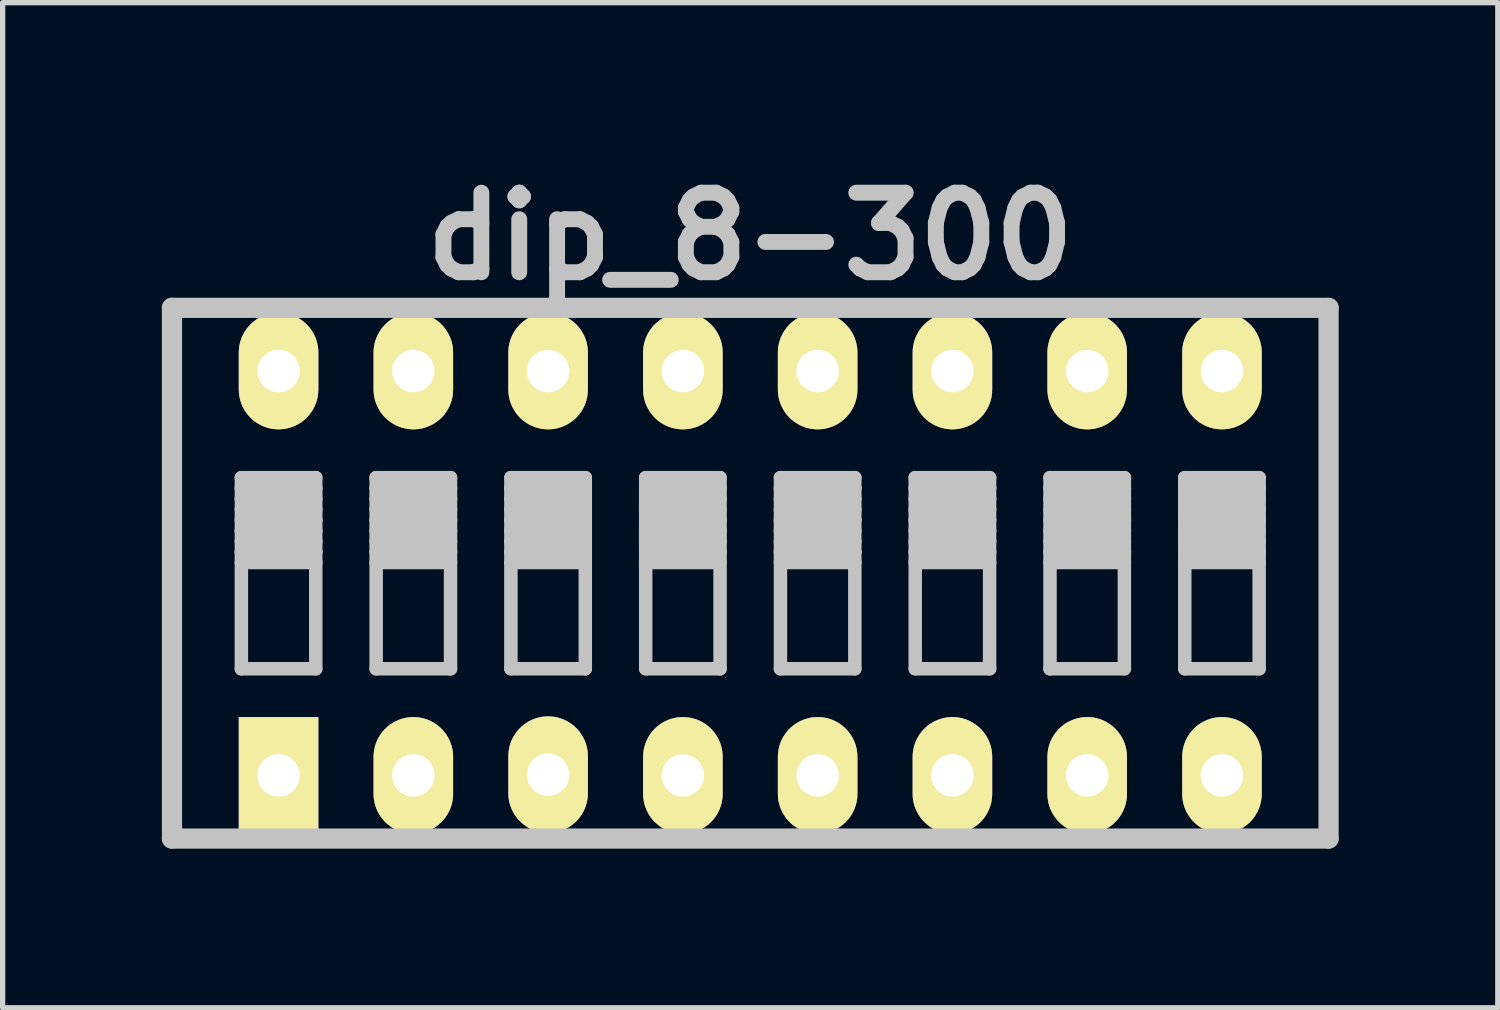
<source format=kicad_pcb>
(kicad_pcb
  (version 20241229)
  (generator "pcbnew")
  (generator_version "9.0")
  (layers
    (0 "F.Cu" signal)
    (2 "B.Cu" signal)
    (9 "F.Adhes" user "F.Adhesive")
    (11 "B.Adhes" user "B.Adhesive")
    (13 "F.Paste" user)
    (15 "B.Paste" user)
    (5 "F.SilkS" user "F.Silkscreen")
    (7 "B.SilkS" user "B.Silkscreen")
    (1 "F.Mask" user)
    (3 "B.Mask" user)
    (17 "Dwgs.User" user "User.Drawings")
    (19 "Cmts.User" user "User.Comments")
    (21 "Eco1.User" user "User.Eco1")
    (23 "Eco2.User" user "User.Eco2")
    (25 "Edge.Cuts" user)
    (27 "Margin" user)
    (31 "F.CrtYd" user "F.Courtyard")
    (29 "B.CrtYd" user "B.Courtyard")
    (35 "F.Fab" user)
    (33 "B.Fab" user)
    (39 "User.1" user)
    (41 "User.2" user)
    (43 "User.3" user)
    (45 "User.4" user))
  (footprint "dip_8-300"
    (layer "F.Cu")
    (at 11.09 7.753)
    (property "Reference" "dip_8-300" (at 0 -6.35 0) (layer "Dwgs.User") (effects (font (size 1.499 1.499) (thickness 0.3))))
    (attr through_hole)
    (fp_line (start -10.899 -5.001) (end 10.899 -5.001) (stroke (width 0.381) (type solid)) (layer "Dwgs.User"))
    (fp_line (start -10.899 5.001) (end -10.899 -5.001) (stroke (width 0.381) (type solid)) (layer "Dwgs.User"))
    (fp_line (start -9.591 -1.801) (end -9.591 1.801) (stroke (width 0.254) (type solid)) (layer "Dwgs.User"))
    (fp_line (start -9.591 -1.6) (end -8.189 -1.6) (stroke (width 0.254) (type solid)) (layer "Dwgs.User"))
    (fp_line (start -9.591 -1.4) (end -8.189 -1.4) (stroke (width 0.254) (type solid)) (layer "Dwgs.User"))
    (fp_line (start -9.591 -1.201) (end -8.189 -1.201) (stroke (width 0.254) (type solid)) (layer "Dwgs.User"))
    (fp_line (start -9.591 -1.001) (end -8.189 -1.001) (stroke (width 0.254) (type solid)) (layer "Dwgs.User"))
    (fp_line (start -9.591 -0.8) (end -8.189 -0.8) (stroke (width 0.254) (type solid)) (layer "Dwgs.User"))
    (fp_line (start -9.591 -0.599) (end -8.189 -0.599) (stroke (width 0.254) (type solid)) (layer "Dwgs.User"))
    (fp_line (start -9.591 -0.401) (end -8.189 -0.401) (stroke (width 0.254) (type solid)) (layer "Dwgs.User"))
    (fp_line (start -9.591 -0.201) (end -8.189 -0.201) (stroke (width 0.254) (type solid)) (layer "Dwgs.User"))
    (fp_line (start -9.591 1.801) (end -8.189 1.801) (stroke (width 0.254) (type solid)) (layer "Dwgs.User"))
    (fp_line (start -8.189 -1.801) (end -9.591 -1.801) (stroke (width 0.254) (type solid)) (layer "Dwgs.User"))
    (fp_line (start -8.189 1.801) (end -8.189 -1.801) (stroke (width 0.254) (type solid)) (layer "Dwgs.User"))
    (fp_line (start -7.051 -1.801) (end -7.051 1.801) (stroke (width 0.254) (type solid)) (layer "Dwgs.User"))
    (fp_line (start -7.051 -1.6) (end -5.649 -1.6) (stroke (width 0.254) (type solid)) (layer "Dwgs.User"))
    (fp_line (start -7.051 -1.4) (end -5.649 -1.4) (stroke (width 0.254) (type solid)) (layer "Dwgs.User"))
    (fp_line (start -7.051 -1.201) (end -5.649 -1.201) (stroke (width 0.254) (type solid)) (layer "Dwgs.User"))
    (fp_line (start -7.051 -1.001) (end -5.649 -1.001) (stroke (width 0.254) (type solid)) (layer "Dwgs.User"))
    (fp_line (start -7.051 -0.8) (end -5.649 -0.8) (stroke (width 0.254) (type solid)) (layer "Dwgs.User"))
    (fp_line (start -7.051 -0.599) (end -5.649 -0.599) (stroke (width 0.254) (type solid)) (layer "Dwgs.User"))
    (fp_line (start -7.051 -0.401) (end -5.649 -0.401) (stroke (width 0.254) (type solid)) (layer "Dwgs.User"))
    (fp_line (start -7.051 -0.201) (end -5.649 -0.201) (stroke (width 0.254) (type solid)) (layer "Dwgs.User"))
    (fp_line (start -7.051 1.801) (end -5.649 1.801) (stroke (width 0.254) (type solid)) (layer "Dwgs.User"))
    (fp_line (start -5.649 -1.801) (end -7.051 -1.801) (stroke (width 0.254) (type solid)) (layer "Dwgs.User"))
    (fp_line (start -5.649 1.801) (end -5.649 -1.801) (stroke (width 0.254) (type solid)) (layer "Dwgs.User"))
    (fp_line (start -4.511 -1.801) (end -4.511 1.801) (stroke (width 0.254) (type solid)) (layer "Dwgs.User"))
    (fp_line (start -4.511 -1.6) (end -3.109 -1.6) (stroke (width 0.254) (type solid)) (layer "Dwgs.User"))
    (fp_line (start -4.511 -1.4) (end -3.109 -1.4) (stroke (width 0.254) (type solid)) (layer "Dwgs.User"))
    (fp_line (start -4.511 -1.201) (end -3.109 -1.201) (stroke (width 0.254) (type solid)) (layer "Dwgs.User"))
    (fp_line (start -4.511 -1.001) (end -3.109 -1.001) (stroke (width 0.254) (type solid)) (layer "Dwgs.User"))
    (fp_line (start -4.511 -0.8) (end -3.109 -0.8) (stroke (width 0.254) (type solid)) (layer "Dwgs.User"))
    (fp_line (start -4.511 -0.599) (end -3.109 -0.599) (stroke (width 0.254) (type solid)) (layer "Dwgs.User"))
    (fp_line (start -4.511 -0.401) (end -3.109 -0.401) (stroke (width 0.254) (type solid)) (layer "Dwgs.User"))
    (fp_line (start -4.511 -0.201) (end -3.109 -0.201) (stroke (width 0.254) (type solid)) (layer "Dwgs.User"))
    (fp_line (start -4.511 1.801) (end -3.109 1.801) (stroke (width 0.254) (type solid)) (layer "Dwgs.User"))
    (fp_line (start -3.109 -1.801) (end -4.511 -1.801) (stroke (width 0.254) (type solid)) (layer "Dwgs.User"))
    (fp_line (start -3.109 1.801) (end -3.109 -1.801) (stroke (width 0.254) (type solid)) (layer "Dwgs.User"))
    (fp_line (start -1.971 -1.801) (end -1.971 1.801) (stroke (width 0.254) (type solid)) (layer "Dwgs.User"))
    (fp_line (start -1.971 -1.6) (end -0.569 -1.6) (stroke (width 0.254) (type solid)) (layer "Dwgs.User"))
    (fp_line (start -1.971 -1.4) (end -0.569 -1.4) (stroke (width 0.254) (type solid)) (layer "Dwgs.User"))
    (fp_line (start -1.971 -1.201) (end -0.569 -1.201) (stroke (width 0.254) (type solid)) (layer "Dwgs.User"))
    (fp_line (start -1.971 -1.001) (end -0.569 -1.001) (stroke (width 0.254) (type solid)) (layer "Dwgs.User"))
    (fp_line (start -1.971 -0.8) (end -0.569 -0.8) (stroke (width 0.254) (type solid)) (layer "Dwgs.User"))
    (fp_line (start -1.971 -0.599) (end -0.569 -0.599) (stroke (width 0.254) (type solid)) (layer "Dwgs.User"))
    (fp_line (start -1.971 -0.401) (end -0.569 -0.401) (stroke (width 0.254) (type solid)) (layer "Dwgs.User"))
    (fp_line (start -1.971 -0.201) (end -0.569 -0.201) (stroke (width 0.254) (type solid)) (layer "Dwgs.User"))
    (fp_line (start -1.971 1.801) (end -0.569 1.801) (stroke (width 0.254) (type solid)) (layer "Dwgs.User"))
    (fp_line (start -0.569 -1.801) (end -1.971 -1.801) (stroke (width 0.254) (type solid)) (layer "Dwgs.User"))
    (fp_line (start -0.569 1.801) (end -0.569 -1.801) (stroke (width 0.254) (type solid)) (layer "Dwgs.User"))
    (fp_line (start 0.569 -1.801) (end 0.569 1.801) (stroke (width 0.254) (type solid)) (layer "Dwgs.User"))
    (fp_line (start 0.569 -1.6) (end 1.971 -1.6) (stroke (width 0.254) (type solid)) (layer "Dwgs.User"))
    (fp_line (start 0.569 -1.4) (end 1.971 -1.4) (stroke (width 0.254) (type solid)) (layer "Dwgs.User"))
    (fp_line (start 0.569 -1.201) (end 1.971 -1.201) (stroke (width 0.254) (type solid)) (layer "Dwgs.User"))
    (fp_line (start 0.569 -1.001) (end 1.971 -1.001) (stroke (width 0.254) (type solid)) (layer "Dwgs.User"))
    (fp_line (start 0.569 -0.8) (end 1.971 -0.8) (stroke (width 0.254) (type solid)) (layer "Dwgs.User"))
    (fp_line (start 0.569 -0.599) (end 1.971 -0.599) (stroke (width 0.254) (type solid)) (layer "Dwgs.User"))
    (fp_line (start 0.569 -0.401) (end 1.971 -0.401) (stroke (width 0.254) (type solid)) (layer "Dwgs.User"))
    (fp_line (start 0.569 -0.201) (end 1.971 -0.201) (stroke (width 0.254) (type solid)) (layer "Dwgs.User"))
    (fp_line (start 0.569 1.801) (end 1.971 1.801) (stroke (width 0.254) (type solid)) (layer "Dwgs.User"))
    (fp_line (start 1.971 -1.801) (end 0.569 -1.801) (stroke (width 0.254) (type solid)) (layer "Dwgs.User"))
    (fp_line (start 1.971 1.801) (end 1.971 -1.801) (stroke (width 0.254) (type solid)) (layer "Dwgs.User"))
    (fp_line (start 3.109 -1.801) (end 3.109 1.801) (stroke (width 0.254) (type solid)) (layer "Dwgs.User"))
    (fp_line (start 3.109 -1.6) (end 4.511 -1.6) (stroke (width 0.254) (type solid)) (layer "Dwgs.User"))
    (fp_line (start 3.109 -1.4) (end 4.511 -1.4) (stroke (width 0.254) (type solid)) (layer "Dwgs.User"))
    (fp_line (start 3.109 -1.201) (end 4.511 -1.201) (stroke (width 0.254) (type solid)) (layer "Dwgs.User"))
    (fp_line (start 3.109 -1.001) (end 4.511 -1.001) (stroke (width 0.254) (type solid)) (layer "Dwgs.User"))
    (fp_line (start 3.109 -0.8) (end 4.511 -0.8) (stroke (width 0.254) (type solid)) (layer "Dwgs.User"))
    (fp_line (start 3.109 -0.599) (end 4.511 -0.599) (stroke (width 0.254) (type solid)) (layer "Dwgs.User"))
    (fp_line (start 3.109 -0.401) (end 4.511 -0.401) (stroke (width 0.254) (type solid)) (layer "Dwgs.User"))
    (fp_line (start 3.109 -0.201) (end 4.511 -0.201) (stroke (width 0.254) (type solid)) (layer "Dwgs.User"))
    (fp_line (start 3.109 1.801) (end 4.511 1.801) (stroke (width 0.254) (type solid)) (layer "Dwgs.User"))
    (fp_line (start 4.511 -1.801) (end 3.109 -1.801) (stroke (width 0.254) (type solid)) (layer "Dwgs.User"))
    (fp_line (start 4.511 1.801) (end 4.511 -1.801) (stroke (width 0.254) (type solid)) (layer "Dwgs.User"))
    (fp_line (start 5.649 -1.801) (end 5.649 1.801) (stroke (width 0.254) (type solid)) (layer "Dwgs.User"))
    (fp_line (start 5.649 -1.6) (end 7.051 -1.6) (stroke (width 0.254) (type solid)) (layer "Dwgs.User"))
    (fp_line (start 5.649 -1.4) (end 7.051 -1.4) (stroke (width 0.254) (type solid)) (layer "Dwgs.User"))
    (fp_line (start 5.649 -1.201) (end 7.051 -1.201) (stroke (width 0.254) (type solid)) (layer "Dwgs.User"))
    (fp_line (start 5.649 -1.001) (end 7.051 -1.001) (stroke (width 0.254) (type solid)) (layer "Dwgs.User"))
    (fp_line (start 5.649 -0.8) (end 7.051 -0.8) (stroke (width 0.254) (type solid)) (layer "Dwgs.User"))
    (fp_line (start 5.649 -0.599) (end 7.051 -0.599) (stroke (width 0.254) (type solid)) (layer "Dwgs.User"))
    (fp_line (start 5.649 -0.401) (end 7.051 -0.401) (stroke (width 0.254) (type solid)) (layer "Dwgs.User"))
    (fp_line (start 5.649 -0.201) (end 7.051 -0.201) (stroke (width 0.254) (type solid)) (layer "Dwgs.User"))
    (fp_line (start 5.649 1.801) (end 7.051 1.801) (stroke (width 0.254) (type solid)) (layer "Dwgs.User"))
    (fp_line (start 7.051 -1.801) (end 5.649 -1.801) (stroke (width 0.254) (type solid)) (layer "Dwgs.User"))
    (fp_line (start 7.051 1.801) (end 7.051 -1.801) (stroke (width 0.254) (type solid)) (layer "Dwgs.User"))
    (fp_line (start 8.189 -1.801) (end 8.189 1.801) (stroke (width 0.254) (type solid)) (layer "Dwgs.User"))
    (fp_line (start 8.189 -1.6) (end 9.591 -1.6) (stroke (width 0.254) (type solid)) (layer "Dwgs.User"))
    (fp_line (start 8.189 -1.4) (end 9.591 -1.4) (stroke (width 0.254) (type solid)) (layer "Dwgs.User"))
    (fp_line (start 8.189 -1.201) (end 9.591 -1.201) (stroke (width 0.254) (type solid)) (layer "Dwgs.User"))
    (fp_line (start 8.189 -1.001) (end 9.591 -1.001) (stroke (width 0.254) (type solid)) (layer "Dwgs.User"))
    (fp_line (start 8.189 -0.8) (end 9.591 -0.8) (stroke (width 0.254) (type solid)) (layer "Dwgs.User"))
    (fp_line (start 8.189 -0.599) (end 9.591 -0.599) (stroke (width 0.254) (type solid)) (layer "Dwgs.User"))
    (fp_line (start 8.189 -0.401) (end 9.591 -0.401) (stroke (width 0.254) (type solid)) (layer "Dwgs.User"))
    (fp_line (start 8.189 -0.201) (end 9.591 -0.201) (stroke (width 0.254) (type solid)) (layer "Dwgs.User"))
    (fp_line (start 8.189 1.801) (end 9.591 1.801) (stroke (width 0.254) (type solid)) (layer "Dwgs.User"))
    (fp_line (start 9.591 -1.801) (end 8.189 -1.801) (stroke (width 0.254) (type solid)) (layer "Dwgs.User"))
    (fp_line (start 9.591 1.801) (end 9.591 -1.801) (stroke (width 0.254) (type solid)) (layer "Dwgs.User"))
    (fp_line (start 10.899 -4.999) (end 10.899 5.001) (stroke (width 0.381) (type solid)) (layer "Dwgs.User"))
    (fp_line (start 10.899 5.001) (end -10.899 5.001) (stroke (width 0.381) (type solid)) (layer "Dwgs.User"))
    (pad "1" thru_hole rect (at -8.89 3.81) (size 1.499 2.197) (drill 0.8) (layers "*.Cu" "*.Mask" "F.SilkS"))
    (pad "2" thru_hole oval (at -6.35 3.81) (size 1.499 2.197) (drill 0.8) (layers "*.Cu" "*.Mask" "F.SilkS"))
    (pad "3" thru_hole oval (at -3.81 3.797) (size 1.499 2.197) (drill 0.8) (layers "*.Cu" "*.Mask" "F.SilkS"))
    (pad "4" thru_hole oval (at -1.27 3.81) (size 1.499 2.197) (drill 0.8) (layers "*.Cu" "*.Mask" "F.SilkS"))
    (pad "5" thru_hole oval (at 1.27 3.81) (size 1.499 2.197) (drill 0.8) (layers "*.Cu" "*.Mask" "F.SilkS"))
    (pad "6" thru_hole oval (at 3.81 3.81) (size 1.499 2.197) (drill 0.8) (layers "*.Cu" "*.Mask" "F.SilkS"))
    (pad "7" thru_hole oval (at 6.35 3.81) (size 1.499 2.197) (drill 0.8) (layers "*.Cu" "*.Mask" "F.SilkS"))
    (pad "8" thru_hole oval (at 8.89 3.81) (size 1.499 2.197) (drill 0.8) (layers "*.Cu" "*.Mask" "F.SilkS"))
    (pad "9" thru_hole oval (at 8.89 -3.81) (size 1.499 2.197) (drill 0.8) (layers "*.Cu" "*.Mask" "F.SilkS"))
    (pad "10" thru_hole oval (at 6.35 -3.81) (size 1.499 2.197) (drill 0.8) (layers "*.Cu" "*.Mask" "F.SilkS"))
    (pad "11" thru_hole oval (at 3.81 -3.81) (size 1.499 2.197) (drill 0.8) (layers "*.Cu" "*.Mask" "F.SilkS"))
    (pad "12" thru_hole oval (at 1.27 -3.81) (size 1.499 2.197) (drill 0.8) (layers "*.Cu" "*.Mask" "F.SilkS"))
    (pad "13" thru_hole oval (at -1.27 -3.81) (size 1.499 2.197) (drill 0.8) (layers "*.Cu" "*.Mask" "F.SilkS"))
    (pad "14" thru_hole oval (at -3.81 -3.81) (size 1.499 2.197) (drill 0.8) (layers "*.Cu" "*.Mask" "F.SilkS"))
    (pad "15" thru_hole oval (at -6.35 -3.81) (size 1.499 2.197) (drill 0.8) (layers "*.Cu" "*.Mask" "F.SilkS"))
    (pad "16" thru_hole oval (at -8.89 -3.81) (size 1.499 2.197) (drill 0.8) (layers "*.Cu" "*.Mask" "F.SilkS")))
  (gr_rect
    (start -3 -3)
    (end 25.179 15.944)
    (stroke (width 0.1) (type default))
    (fill no)
    (layer "Edge.Cuts")))
</source>
